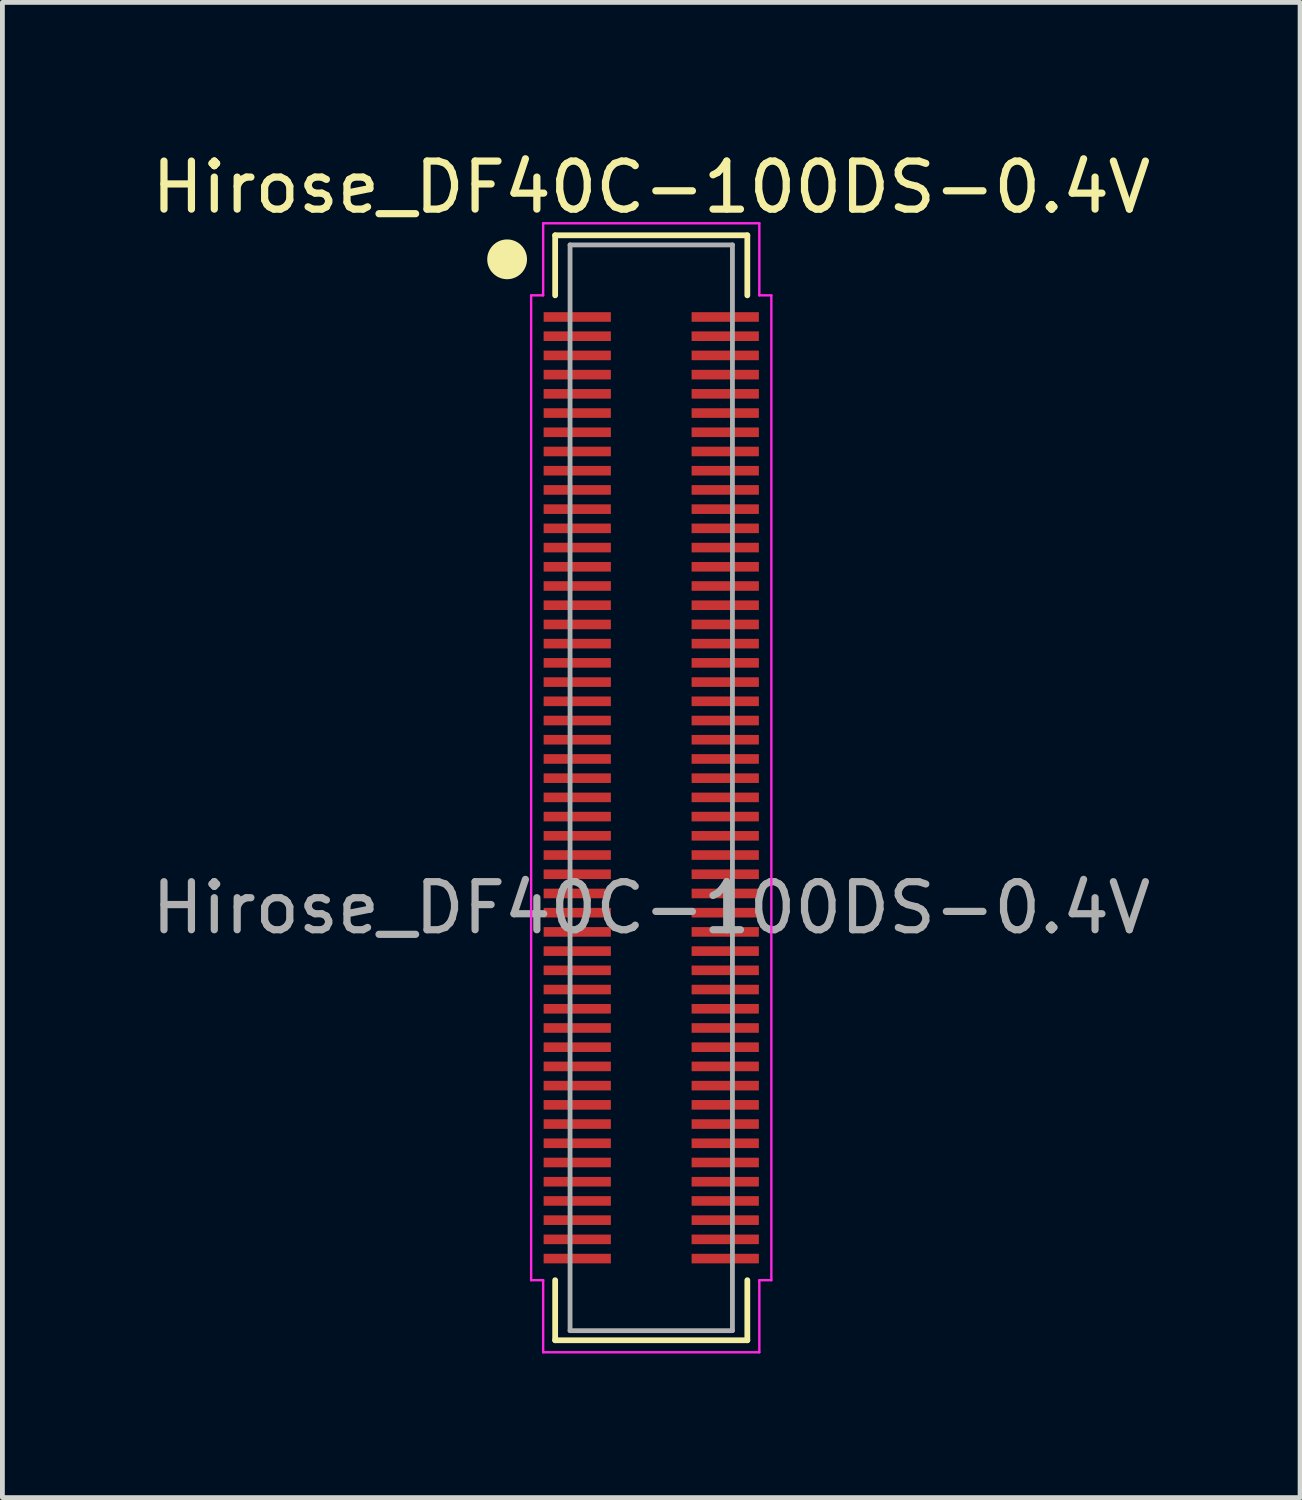
<source format=kicad_pcb>
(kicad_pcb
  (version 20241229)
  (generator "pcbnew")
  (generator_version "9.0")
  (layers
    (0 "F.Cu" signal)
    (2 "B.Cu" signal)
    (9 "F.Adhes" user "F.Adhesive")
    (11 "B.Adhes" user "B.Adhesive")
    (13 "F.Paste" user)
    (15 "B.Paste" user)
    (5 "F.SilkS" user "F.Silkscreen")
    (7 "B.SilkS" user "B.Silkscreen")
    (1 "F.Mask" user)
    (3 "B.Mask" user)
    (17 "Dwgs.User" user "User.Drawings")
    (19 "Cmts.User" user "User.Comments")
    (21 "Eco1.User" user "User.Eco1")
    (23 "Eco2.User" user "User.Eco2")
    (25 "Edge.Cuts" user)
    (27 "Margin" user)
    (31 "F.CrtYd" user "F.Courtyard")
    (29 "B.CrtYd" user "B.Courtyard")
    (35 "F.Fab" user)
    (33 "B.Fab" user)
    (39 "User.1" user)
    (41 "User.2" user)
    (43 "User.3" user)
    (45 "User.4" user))
  (footprint "Hirose_DF40C-100DS-0.4V"
    (layer "F.Cu")
    (at 10.506 13.348)
    (property "Reference" "Hirose_DF40C-100DS-0.4V" (at 0 -12.5 0) (unlocked yes) (layer "F.SilkS") (effects (font (size 1 1) (thickness 0.15))))
    (attr smd)
    (fp_line (start -2 -11.5) (end 2 -11.5) (stroke (width 0.12) (type default)) (layer "F.SilkS"))
    (fp_line (start -2 -10.25) (end -2 -11.5) (stroke (width 0.12) (type default)) (layer "F.SilkS"))
    (fp_line (start -2 10.25) (end -2 11.5) (stroke (width 0.12) (type default)) (layer "F.SilkS"))
    (fp_line (start -2 11.5) (end 2 11.5) (stroke (width 0.12) (type default)) (layer "F.SilkS"))
    (fp_line (start 2 -11.5) (end 2 -10.25) (stroke (width 0.12) (type default)) (layer "F.SilkS"))
    (fp_line (start 2 11.5) (end 2 10.25) (stroke (width 0.12) (type default)) (layer "F.SilkS"))
    (fp_circle (center -3 -11) (end -2.646 -11) (stroke (width 0.12) (type solid)) (fill yes) (layer "F.SilkS"))
    (fp_line (start -2.5 -10.25) (end -2.25 -10.25) (stroke (width 0.05) (type default)) (layer "F.CrtYd"))
    (fp_line (start -2.5 10.25) (end -2.5 -10.25) (stroke (width 0.05) (type default)) (layer "F.CrtYd"))
    (fp_line (start -2.25 -11.75) (end 2.25 -11.75) (stroke (width 0.05) (type default)) (layer "F.CrtYd"))
    (fp_line (start -2.25 -10.25) (end -2.25 -11.75) (stroke (width 0.05) (type default)) (layer "F.CrtYd"))
    (fp_line (start -2.25 10.25) (end -2.5 10.25) (stroke (width 0.05) (type default)) (layer "F.CrtYd"))
    (fp_line (start -2.25 11.75) (end -2.25 10.25) (stroke (width 0.05) (type default)) (layer "F.CrtYd"))
    (fp_line (start 2.25 -11.75) (end 2.25 -10.25) (stroke (width 0.05) (type default)) (layer "F.CrtYd"))
    (fp_line (start 2.25 -10.25) (end 2.5 -10.25) (stroke (width 0.05) (type default)) (layer "F.CrtYd"))
    (fp_line (start 2.25 10.25) (end 2.25 11.75) (stroke (width 0.05) (type default)) (layer "F.CrtYd"))
    (fp_line (start 2.25 11.75) (end -2.25 11.75) (stroke (width 0.05) (type default)) (layer "F.CrtYd"))
    (fp_line (start 2.5 -10.25) (end 2.5 10.25) (stroke (width 0.05) (type default)) (layer "F.CrtYd"))
    (fp_line (start 2.5 10.25) (end 2.25 10.25) (stroke (width 0.05) (type default)) (layer "F.CrtYd"))
    (fp_line (start -1.69 -11.3) (end -1.69 11.3) (stroke (width 0.1) (type default)) (layer "F.Fab"))
    (fp_line (start -1.69 -11.3) (end 1.69 -11.3) (stroke (width 0.1) (type default)) (layer "F.Fab"))
    (fp_line (start -1.69 11.3) (end 1.69 11.3) (stroke (width 0.1) (type default)) (layer "F.Fab"))
    (fp_line (start 1.69 11.3) (end 1.69 -11.3) (stroke (width 0.1) (type default)) (layer "F.Fab"))
    (fp_text user "${REFERENCE}" (at 0 2.5 0) (unlocked yes) (layer "F.Fab") (effects (font (size 1 1) (thickness 0.15))))
    (pad "1" smd rect (at -1.54 -9.8) (size 1.4 0.2) (layers "F.Cu" "F.Mask" "F.Paste"))
    (pad "2" smd rect (at 1.54 -9.8) (size 1.4 0.2) (layers "F.Cu" "F.Mask" "F.Paste"))
    (pad "3" smd rect (at -1.54 -9.4) (size 1.4 0.2) (layers "F.Cu" "F.Mask" "F.Paste"))
    (pad "4" smd rect (at 1.54 -9.4) (size 1.4 0.2) (layers "F.Cu" "F.Mask" "F.Paste"))
    (pad "5" smd rect (at -1.54 -9) (size 1.4 0.2) (layers "F.Cu" "F.Mask" "F.Paste"))
    (pad "6" smd rect (at 1.54 -9) (size 1.4 0.2) (layers "F.Cu" "F.Mask" "F.Paste"))
    (pad "7" smd rect (at -1.54 -8.6) (size 1.4 0.2) (layers "F.Cu" "F.Mask" "F.Paste"))
    (pad "8" smd rect (at 1.54 -8.6) (size 1.4 0.2) (layers "F.Cu" "F.Mask" "F.Paste"))
    (pad "9" smd rect (at -1.54 -8.2) (size 1.4 0.2) (layers "F.Cu" "F.Mask" "F.Paste"))
    (pad "10" smd rect (at 1.54 -8.2) (size 1.4 0.2) (layers "F.Cu" "F.Mask" "F.Paste"))
    (pad "11" smd rect (at -1.54 -7.8) (size 1.4 0.2) (layers "F.Cu" "F.Mask" "F.Paste"))
    (pad "12" smd rect (at 1.54 -7.8) (size 1.4 0.2) (layers "F.Cu" "F.Mask" "F.Paste"))
    (pad "13" smd rect (at -1.54 -7.4) (size 1.4 0.2) (layers "F.Cu" "F.Mask" "F.Paste"))
    (pad "14" smd rect (at 1.54 -7.4) (size 1.4 0.2) (layers "F.Cu" "F.Mask" "F.Paste"))
    (pad "15" smd rect (at -1.54 -7) (size 1.4 0.2) (layers "F.Cu" "F.Mask" "F.Paste"))
    (pad "16" smd rect (at 1.54 -7) (size 1.4 0.2) (layers "F.Cu" "F.Mask" "F.Paste"))
    (pad "17" smd rect (at -1.54 -6.6) (size 1.4 0.2) (layers "F.Cu" "F.Mask" "F.Paste"))
    (pad "18" smd rect (at 1.54 -6.6) (size 1.4 0.2) (layers "F.Cu" "F.Mask" "F.Paste"))
    (pad "19" smd rect (at -1.54 -6.2) (size 1.4 0.2) (layers "F.Cu" "F.Mask" "F.Paste"))
    (pad "20" smd rect (at 1.54 -6.2) (size 1.4 0.2) (layers "F.Cu" "F.Mask" "F.Paste"))
    (pad "21" smd rect (at -1.54 -5.8) (size 1.4 0.2) (layers "F.Cu" "F.Mask" "F.Paste"))
    (pad "22" smd rect (at 1.54 -5.8) (size 1.4 0.2) (layers "F.Cu" "F.Mask" "F.Paste"))
    (pad "23" smd rect (at -1.54 -5.4) (size 1.4 0.2) (layers "F.Cu" "F.Mask" "F.Paste"))
    (pad "24" smd rect (at 1.54 -5.4) (size 1.4 0.2) (layers "F.Cu" "F.Mask" "F.Paste"))
    (pad "25" smd rect (at -1.54 -5) (size 1.4 0.2) (layers "F.Cu" "F.Mask" "F.Paste"))
    (pad "26" smd rect (at 1.54 -5) (size 1.4 0.2) (layers "F.Cu" "F.Mask" "F.Paste"))
    (pad "27" smd rect (at -1.54 -4.6) (size 1.4 0.2) (layers "F.Cu" "F.Mask" "F.Paste"))
    (pad "28" smd rect (at 1.54 -4.6) (size 1.4 0.2) (layers "F.Cu" "F.Mask" "F.Paste"))
    (pad "29" smd rect (at -1.54 -4.2) (size 1.4 0.2) (layers "F.Cu" "F.Mask" "F.Paste"))
    (pad "30" smd rect (at 1.54 -4.2) (size 1.4 0.2) (layers "F.Cu" "F.Mask" "F.Paste"))
    (pad "31" smd rect (at -1.54 -3.8) (size 1.4 0.2) (layers "F.Cu" "F.Mask" "F.Paste"))
    (pad "32" smd rect (at 1.54 -3.8) (size 1.4 0.2) (layers "F.Cu" "F.Mask" "F.Paste"))
    (pad "33" smd rect (at -1.54 -3.4) (size 1.4 0.2) (layers "F.Cu" "F.Mask" "F.Paste"))
    (pad "34" smd rect (at 1.54 -3.4) (size 1.4 0.2) (layers "F.Cu" "F.Mask" "F.Paste"))
    (pad "35" smd rect (at -1.54 -3) (size 1.4 0.2) (layers "F.Cu" "F.Mask" "F.Paste"))
    (pad "36" smd rect (at 1.54 -3) (size 1.4 0.2) (layers "F.Cu" "F.Mask" "F.Paste"))
    (pad "37" smd rect (at -1.54 -2.6) (size 1.4 0.2) (layers "F.Cu" "F.Mask" "F.Paste"))
    (pad "38" smd rect (at 1.54 -2.6) (size 1.4 0.2) (layers "F.Cu" "F.Mask" "F.Paste"))
    (pad "39" smd rect (at -1.54 -2.2) (size 1.4 0.2) (layers "F.Cu" "F.Mask" "F.Paste"))
    (pad "40" smd rect (at 1.54 -2.2) (size 1.4 0.2) (layers "F.Cu" "F.Mask" "F.Paste"))
    (pad "41" smd rect (at -1.54 -1.8) (size 1.4 0.2) (layers "F.Cu" "F.Mask" "F.Paste"))
    (pad "42" smd rect (at 1.54 -1.8) (size 1.4 0.2) (layers "F.Cu" "F.Mask" "F.Paste"))
    (pad "43" smd rect (at -1.54 -1.4) (size 1.4 0.2) (layers "F.Cu" "F.Mask" "F.Paste"))
    (pad "44" smd rect (at 1.54 -1.4) (size 1.4 0.2) (layers "F.Cu" "F.Mask" "F.Paste"))
    (pad "45" smd rect (at -1.54 -1) (size 1.4 0.2) (layers "F.Cu" "F.Mask" "F.Paste"))
    (pad "46" smd rect (at 1.54 -1) (size 1.4 0.2) (layers "F.Cu" "F.Mask" "F.Paste"))
    (pad "47" smd rect (at -1.54 -0.6) (size 1.4 0.2) (layers "F.Cu" "F.Mask" "F.Paste"))
    (pad "48" smd rect (at 1.54 -0.6) (size 1.4 0.2) (layers "F.Cu" "F.Mask" "F.Paste"))
    (pad "49" smd rect (at -1.54 -0.2) (size 1.4 0.2) (layers "F.Cu" "F.Mask" "F.Paste"))
    (pad "50" smd rect (at 1.54 -0.2) (size 1.4 0.2) (layers "F.Cu" "F.Mask" "F.Paste"))
    (pad "51" smd rect (at -1.54 0.2) (size 1.4 0.2) (layers "F.Cu" "F.Mask" "F.Paste"))
    (pad "52" smd rect (at 1.54 0.2) (size 1.4 0.2) (layers "F.Cu" "F.Mask" "F.Paste"))
    (pad "53" smd rect (at -1.54 0.6) (size 1.4 0.2) (layers "F.Cu" "F.Mask" "F.Paste"))
    (pad "54" smd rect (at 1.54 0.6) (size 1.4 0.2) (layers "F.Cu" "F.Mask" "F.Paste"))
    (pad "55" smd rect (at -1.54 1) (size 1.4 0.2) (layers "F.Cu" "F.Mask" "F.Paste"))
    (pad "56" smd rect (at 1.54 1) (size 1.4 0.2) (layers "F.Cu" "F.Mask" "F.Paste"))
    (pad "57" smd rect (at -1.54 1.4) (size 1.4 0.2) (layers "F.Cu" "F.Mask" "F.Paste"))
    (pad "58" smd rect (at 1.54 1.4) (size 1.4 0.2) (layers "F.Cu" "F.Mask" "F.Paste"))
    (pad "59" smd rect (at -1.54 1.8) (size 1.4 0.2) (layers "F.Cu" "F.Mask" "F.Paste"))
    (pad "60" smd rect (at 1.54 1.8) (size 1.4 0.2) (layers "F.Cu" "F.Mask" "F.Paste"))
    (pad "61" smd rect (at -1.54 2.2) (size 1.4 0.2) (layers "F.Cu" "F.Mask" "F.Paste"))
    (pad "62" smd rect (at 1.54 2.2) (size 1.4 0.2) (layers "F.Cu" "F.Mask" "F.Paste"))
    (pad "63" smd rect (at -1.54 2.6) (size 1.4 0.2) (layers "F.Cu" "F.Mask" "F.Paste"))
    (pad "64" smd rect (at 1.54 2.6) (size 1.4 0.2) (layers "F.Cu" "F.Mask" "F.Paste"))
    (pad "65" smd rect (at -1.54 3) (size 1.4 0.2) (layers "F.Cu" "F.Mask" "F.Paste"))
    (pad "66" smd rect (at 1.54 3) (size 1.4 0.2) (layers "F.Cu" "F.Mask" "F.Paste"))
    (pad "67" smd rect (at -1.54 3.4) (size 1.4 0.2) (layers "F.Cu" "F.Mask" "F.Paste"))
    (pad "68" smd rect (at 1.54 3.4) (size 1.4 0.2) (layers "F.Cu" "F.Mask" "F.Paste"))
    (pad "69" smd rect (at -1.54 3.8) (size 1.4 0.2) (layers "F.Cu" "F.Mask" "F.Paste"))
    (pad "70" smd rect (at 1.54 3.8) (size 1.4 0.2) (layers "F.Cu" "F.Mask" "F.Paste"))
    (pad "71" smd rect (at -1.54 4.2) (size 1.4 0.2) (layers "F.Cu" "F.Mask" "F.Paste"))
    (pad "72" smd rect (at 1.54 4.2) (size 1.4 0.2) (layers "F.Cu" "F.Mask" "F.Paste"))
    (pad "73" smd rect (at -1.54 4.6) (size 1.4 0.2) (layers "F.Cu" "F.Mask" "F.Paste"))
    (pad "74" smd rect (at 1.54 4.6) (size 1.4 0.2) (layers "F.Cu" "F.Mask" "F.Paste"))
    (pad "75" smd rect (at -1.54 5) (size 1.4 0.2) (layers "F.Cu" "F.Mask" "F.Paste"))
    (pad "76" smd rect (at 1.54 5) (size 1.4 0.2) (layers "F.Cu" "F.Mask" "F.Paste"))
    (pad "77" smd rect (at -1.54 5.4) (size 1.4 0.2) (layers "F.Cu" "F.Mask" "F.Paste"))
    (pad "78" smd rect (at 1.54 5.4) (size 1.4 0.2) (layers "F.Cu" "F.Mask" "F.Paste"))
    (pad "79" smd rect (at -1.54 5.8) (size 1.4 0.2) (layers "F.Cu" "F.Mask" "F.Paste"))
    (pad "80" smd rect (at 1.54 5.8) (size 1.4 0.2) (layers "F.Cu" "F.Mask" "F.Paste"))
    (pad "81" smd rect (at -1.54 6.2) (size 1.4 0.2) (layers "F.Cu" "F.Mask" "F.Paste"))
    (pad "82" smd rect (at 1.54 6.2) (size 1.4 0.2) (layers "F.Cu" "F.Mask" "F.Paste"))
    (pad "83" smd rect (at -1.54 6.6) (size 1.4 0.2) (layers "F.Cu" "F.Mask" "F.Paste"))
    (pad "84" smd rect (at 1.54 6.6) (size 1.4 0.2) (layers "F.Cu" "F.Mask" "F.Paste"))
    (pad "85" smd rect (at -1.54 7) (size 1.4 0.2) (layers "F.Cu" "F.Mask" "F.Paste"))
    (pad "86" smd rect (at 1.54 7) (size 1.4 0.2) (layers "F.Cu" "F.Mask" "F.Paste"))
    (pad "87" smd rect (at -1.54 7.4) (size 1.4 0.2) (layers "F.Cu" "F.Mask" "F.Paste"))
    (pad "88" smd rect (at 1.54 7.4) (size 1.4 0.2) (layers "F.Cu" "F.Mask" "F.Paste"))
    (pad "89" smd rect (at -1.54 7.8) (size 1.4 0.2) (layers "F.Cu" "F.Mask" "F.Paste"))
    (pad "90" smd rect (at 1.54 7.8) (size 1.4 0.2) (layers "F.Cu" "F.Mask" "F.Paste"))
    (pad "91" smd rect (at -1.54 8.2) (size 1.4 0.2) (layers "F.Cu" "F.Mask" "F.Paste"))
    (pad "92" smd rect (at 1.54 8.2) (size 1.4 0.2) (layers "F.Cu" "F.Mask" "F.Paste"))
    (pad "93" smd rect (at -1.54 8.6) (size 1.4 0.2) (layers "F.Cu" "F.Mask" "F.Paste"))
    (pad "94" smd rect (at 1.54 8.6) (size 1.4 0.2) (layers "F.Cu" "F.Mask" "F.Paste"))
    (pad "95" smd rect (at -1.54 9) (size 1.4 0.2) (layers "F.Cu" "F.Mask" "F.Paste"))
    (pad "96" smd rect (at 1.54 9) (size 1.4 0.2) (layers "F.Cu" "F.Mask" "F.Paste"))
    (pad "97" smd rect (at -1.54 9.4) (size 1.4 0.2) (layers "F.Cu" "F.Mask" "F.Paste"))
    (pad "98" smd rect (at 1.54 9.4) (size 1.4 0.2) (layers "F.Cu" "F.Mask" "F.Paste"))
    (pad "99" smd rect (at -1.54 9.8) (size 1.4 0.2) (layers "F.Cu" "F.Mask" "F.Paste"))
    (pad "100" smd rect (at 1.54 9.8) (size 1.4 0.2) (layers "F.Cu" "F.Mask" "F.Paste")))
  (gr_rect
    (start -3 -3)
    (end 24.012 28.123)
    (stroke (width 0.1) (type default))
    (fill no)
    (layer "Edge.Cuts")))
</source>
